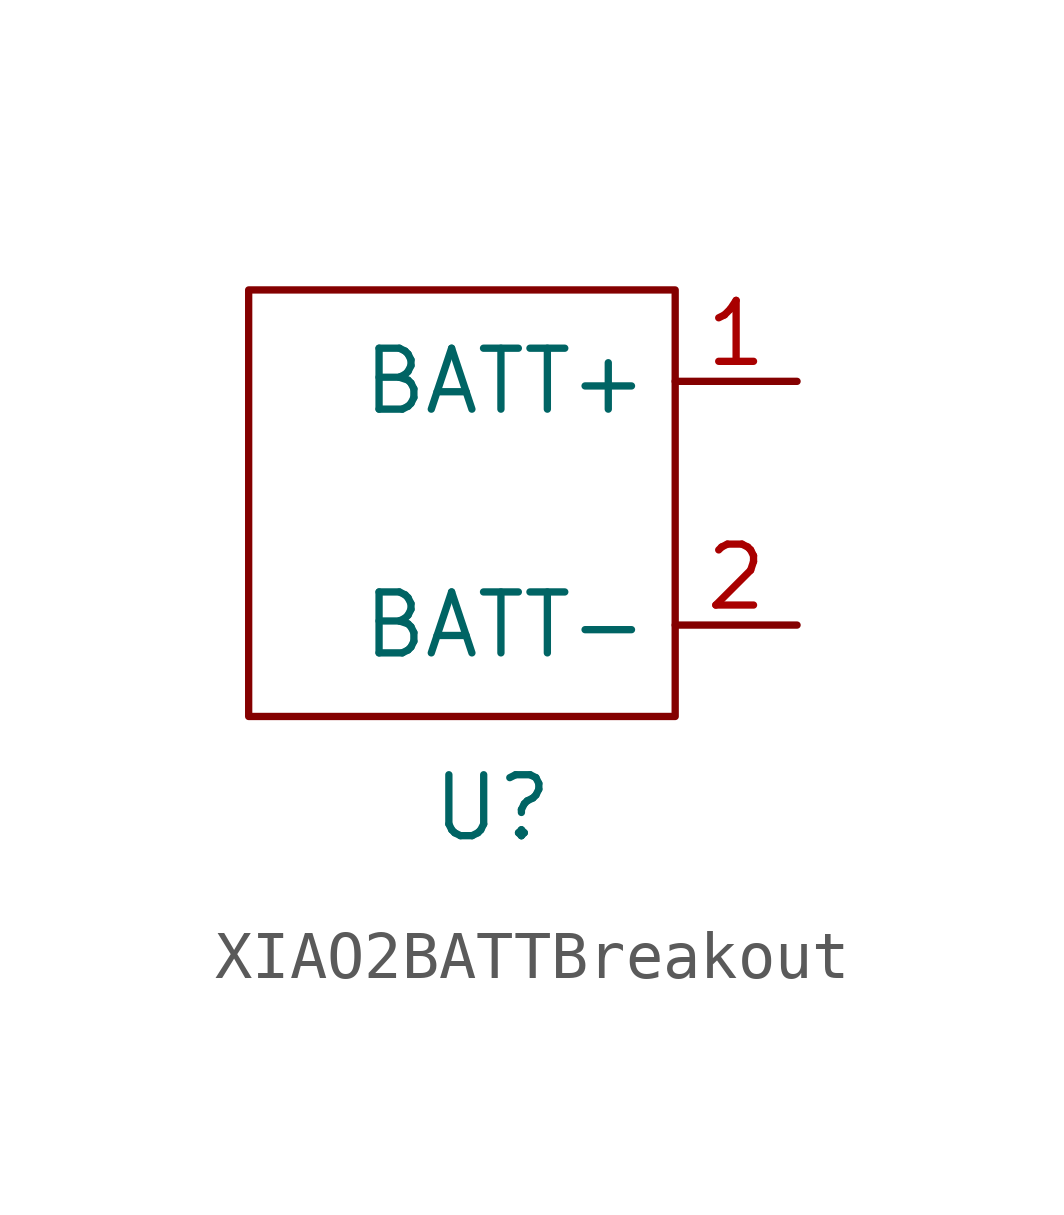
<source format=kicad_sym>
(kicad_symbol_lib
  (version 20231120)
  (generator "kicad_symbol_editor")
  (generator_version "8.0")
  (symbol "XIAO2BATTBreakout"
    (property "Reference" "U"
      (at 0 -6.35 0)
      (effects (font (size 1.27 1.27))))
    (property "Value" ""
      (at -3.175 4.953 0)
      (effects (font (size 1.27 1.27))))
    (symbol "XIAO2BATTBreakout_0_1"
      (rectangle (start -5.08 4.445) (end 3.81 -4.445) (stroke (width 0) (type default)) (fill (type none))))
    (symbol "XIAO2BATTBreakout_1_1"
      (pin power_in line (at 6.35 2.54 180) (length 2.54) (name "BATT+" (effects (font (size 1.27 1.27)))) (number "1" (effects (font (size 1.27 1.27)))))
      (pin power_in line (at 6.35 -2.54 180) (length 2.54) (name "BATT-" (effects (font (size 1.27 1.27)))) (number "2" (effects (font (size 1.27 1.27))))))))
</source>
